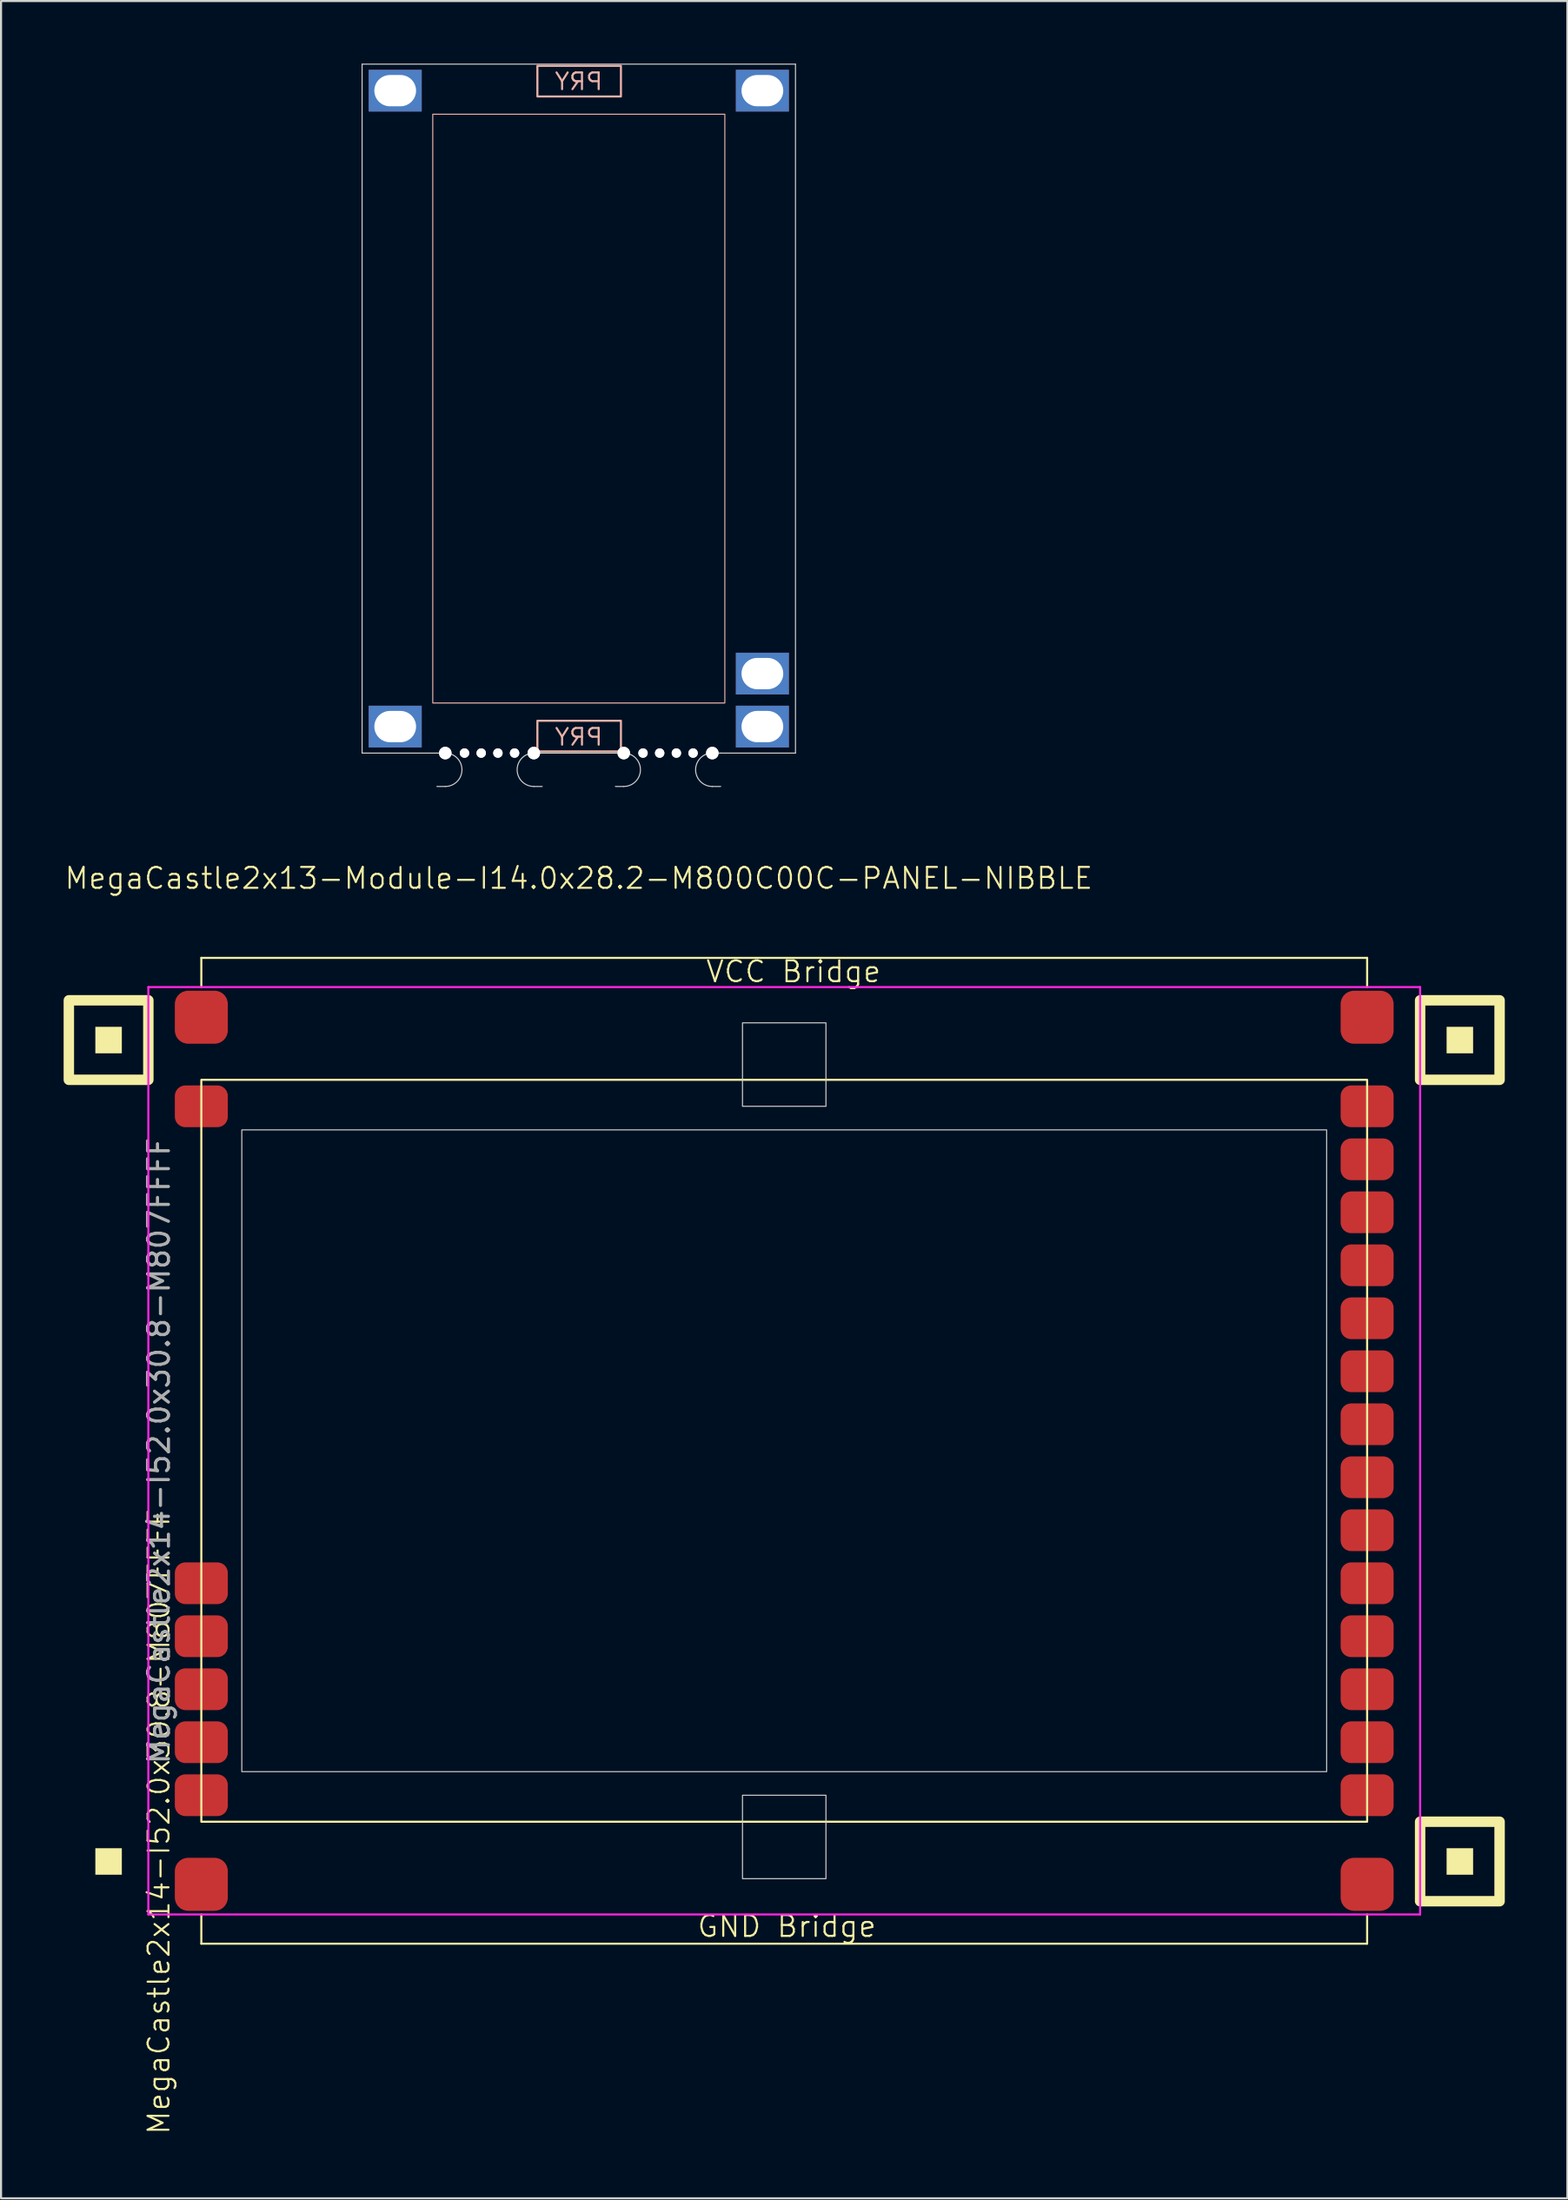
<source format=kicad_pcb>
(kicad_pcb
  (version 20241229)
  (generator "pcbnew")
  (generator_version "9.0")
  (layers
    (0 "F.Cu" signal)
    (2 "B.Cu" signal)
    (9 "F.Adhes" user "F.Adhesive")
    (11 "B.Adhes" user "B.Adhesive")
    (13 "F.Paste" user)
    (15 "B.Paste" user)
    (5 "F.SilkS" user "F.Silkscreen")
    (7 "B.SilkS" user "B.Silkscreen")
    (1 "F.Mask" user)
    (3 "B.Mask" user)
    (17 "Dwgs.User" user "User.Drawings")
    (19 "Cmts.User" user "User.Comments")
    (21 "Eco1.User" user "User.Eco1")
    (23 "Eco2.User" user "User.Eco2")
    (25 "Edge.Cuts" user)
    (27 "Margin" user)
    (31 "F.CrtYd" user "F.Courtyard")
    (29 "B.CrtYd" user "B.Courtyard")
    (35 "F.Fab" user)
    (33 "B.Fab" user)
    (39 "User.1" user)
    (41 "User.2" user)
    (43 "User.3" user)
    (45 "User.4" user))
  (footprint "MegaCastle2x13-Module-I14.0x28.2-M800C00C-PANEL-NIBBLE"
    (layer "F.Cu")
    (at 24.693 16.535)
    (property "Reference" "MegaCastle2x13-Module-I14.0x28.2-M800C00C-PANEL-NIBBLE" (at 0 22.51 0) (unlocked yes) (layer "F.SilkS") (effects (font (size 1 1) (thickness 0.1))))
    (attr smd)
    (fp_rect (start -7 14.11) (end 7 -14.11) (stroke (width 0.05) (type default)) (fill no) (layer "B.SilkS"))
    (fp_rect (start -1.984 -14.961) (end 2.02 -16.43) (stroke (width 0.1) (type default)) (fill no) (layer "B.SilkS"))
    (fp_rect (start -1.984 14.961) (end 2.02 16.43) (stroke (width 0.1) (type default)) (fill no) (layer "B.SilkS"))
    (fp_line (start -10.387 -16.51) (end -10.387 16.51) (stroke (width 0.05) (type default)) (layer "Edge.Cuts"))
    (fp_line (start -10.387 -16.51) (end 10.387 -16.51) (stroke (width 0.05) (type default)) (layer "Edge.Cuts"))
    (fp_line (start -10.387 16.51) (end -6.8 16.51) (stroke (width 0.05) (type default)) (layer "Edge.Cuts"))
    (fp_line (start -6.8 16.51) (end -6.4 16.51) (stroke (width 0.05) (type default)) (layer "Edge.Cuts"))
    (fp_line (start -6.8 18.11) (end -6.4 18.11) (stroke (width 0.05) (type default)) (layer "Edge.Cuts"))
    (fp_line (start -1.755 16.51) (end -2.155 16.51) (stroke (width 0.05) (type default)) (layer "Edge.Cuts"))
    (fp_line (start -1.755 16.51) (end 1.755 16.51) (stroke (width 0.05) (type default)) (layer "Edge.Cuts"))
    (fp_line (start -1.755 18.11) (end -2.155 18.11) (stroke (width 0.05) (type default)) (layer "Edge.Cuts"))
    (fp_line (start 1.755 16.51) (end 2.155 16.51) (stroke (width 0.05) (type default)) (layer "Edge.Cuts"))
    (fp_line (start 1.755 18.11) (end 2.155 18.11) (stroke (width 0.05) (type default)) (layer "Edge.Cuts"))
    (fp_line (start 6.8 16.51) (end 6.4 16.51) (stroke (width 0.05) (type default)) (layer "Edge.Cuts"))
    (fp_line (start 6.8 16.51) (end 10.387 16.51) (stroke (width 0.05) (type default)) (layer "Edge.Cuts"))
    (fp_line (start 6.8 18.11) (end 6.4 18.11) (stroke (width 0.05) (type default)) (layer "Edge.Cuts"))
    (fp_line (start 10.387 -16.51) (end 10.387 16.51) (stroke (width 0.05) (type default)) (layer "Edge.Cuts"))
    (fp_arc (start -6.4 16.51) (mid -5.6 17.309999) (end -6.4 18.110001) (stroke (width 0.05) (type default)) (layer "Edge.Cuts"))
    (fp_arc (start -2.155 18.110001) (mid -2.955 17.310001) (end -2.155 16.51) (stroke (width 0.05) (type default)) (layer "Edge.Cuts"))
    (fp_arc (start 2.155 16.51) (mid 2.955 17.309999) (end 2.155 18.110001) (stroke (width 0.05) (type default)) (layer "Edge.Cuts"))
    (fp_arc (start 6.400001 18.110001) (mid 5.599999 17.31) (end 6.400001 16.51) (stroke (width 0.05) (type default)) (layer "Edge.Cuts"))
    (fp_text user "PRY" (at 0 16.21 0) (unlocked yes) (layer "B.SilkS") (effects (font (size 0.8 0.8) (thickness 0.1)) (justify bottom mirror)))
    (fp_text user "PRY" (at 0 -15.21 0) (unlocked yes) (layer "B.SilkS") (effects (font (size 0.8 0.8) (thickness 0.1)) (justify bottom mirror)))
    (pad "" np_thru_hole circle (at -6.4 16.51) (size 0.6 0.6) (drill 0.6) (layers "*.Cu" "Edge.Cuts"))
    (pad "" np_thru_hole circle (at -5.478 16.51) (size 0.45 0.45) (drill 0.45) (layers "*.Cu" "Edge.Cuts"))
    (pad "" np_thru_hole circle (at -4.678 16.51) (size 0.45 0.45) (drill 0.45) (layers "*.Cu" "Edge.Cuts"))
    (pad "" np_thru_hole circle (at -3.877 16.51) (size 0.45 0.45) (drill 0.45) (layers "*.Cu" "Edge.Cuts"))
    (pad "" np_thru_hole circle (at -3.078 16.51) (size 0.45 0.45) (drill 0.45) (layers "*.Cu" "Edge.Cuts"))
    (pad "" np_thru_hole circle (at -2.155 16.51) (size 0.6 0.6) (drill 0.6) (layers "*.Cu" "Edge.Cuts"))
    (pad "" np_thru_hole circle (at 2.155 16.51) (size 0.6 0.6) (drill 0.6) (layers "*.Cu" "Edge.Cuts"))
    (pad "" np_thru_hole circle (at 3.078 16.51) (size 0.45 0.45) (drill 0.45) (layers "*.Cu" "Edge.Cuts"))
    (pad "" np_thru_hole circle (at 3.877 16.51) (size 0.45 0.45) (drill 0.45) (layers "*.Cu" "Edge.Cuts"))
    (pad "" np_thru_hole circle (at 4.678 16.51) (size 0.45 0.45) (drill 0.45) (layers "*.Cu" "Edge.Cuts"))
    (pad "" np_thru_hole circle (at 5.478 16.51) (size 0.45 0.45) (drill 0.45) (layers "*.Cu" "Edge.Cuts"))
    (pad "" np_thru_hole circle (at 6.4 16.51) (size 0.6 0.6) (drill 0.6) (layers "*.Cu" "Edge.Cuts"))
    (pad "1" thru_hole rect (at -8.8 -15.24) (size 2.54 2) (drill oval 2 1.5) (property pad_prop_castellated) (layers "*.Cu" "*.Mask"))
    (pad "13" thru_hole rect (at -8.8 15.24) (size 2.54 2) (drill oval 2 1.5) (property pad_prop_castellated) (layers "*.Cu" "*.Mask"))
    (pad "14" thru_hole rect (at 8.8 -15.24) (size 2.54 2) (drill oval 2 1.5) (property pad_prop_castellated) (layers "*.Cu" "*.Mask"))
    (pad "25" thru_hole rect (at 8.8 12.7) (size 2.54 2) (drill oval 2 1.5) (property pad_prop_castellated) (layers "*.Cu" "*.Mask"))
    (pad "26" thru_hole rect (at 8.8 15.24) (size 2.54 2) (drill oval 2 1.5) (property pad_prop_castellated) (layers "*.Cu" "*.Mask"))
    (zone (net_name "") (layer "B.Cu") (hatch edge 0.5) (connect_pads) (min_thickness 0.25) (filled_areas_thickness no) (keepout (tracks allowed) (vias allowed) (pads allowed) (copperpour allowed) (footprints not_allowed)) (placement (enabled no)) (fill) (polygon (pts (xy 15.893 33.045) (xy 15.893 0.025) (xy 17.693 0.025) (xy 17.693 33.045))))
    (zone (net_name "") (layer "B.Cu") (hatch edge 0.5) (connect_pads) (min_thickness 0.25) (filled_areas_thickness no) (keepout (tracks allowed) (vias allowed) (pads allowed) (copperpour allowed) (footprints not_allowed)) (placement (enabled no)) (fill) (polygon (pts (xy 17.693 0.025) (xy 17.693 2.425) (xy 31.693 2.425) (xy 31.693 0.025))))
    (zone (net_name "") (layer "B.Cu") (hatch edge 0.5) (connect_pads) (min_thickness 0.25) (filled_areas_thickness no) (keepout (tracks allowed) (vias allowed) (pads allowed) (copperpour allowed) (footprints not_allowed)) (placement (enabled no)) (fill) (polygon (pts (xy 17.693 33.045) (xy 17.693 30.645) (xy 31.693 30.645) (xy 31.693 33.045))))
    (zone (net_name "") (layer "B.Cu") (name "Upper Pry Zone") (hatch edge 0.5) (connect_pads) (min_thickness 0.25) (filled_areas_thickness no) (keepout (tracks not_allowed) (vias not_allowed) (pads not_allowed) (copperpour allowed) (footprints not_allowed)) (placement (enabled no)) (fill) (polygon (pts (xy 22.709 1.574) (xy 22.709 0.105) (xy 26.712 0.105) (xy 26.712 1.574))))
    (zone (net_name "") (layer "B.Cu") (name "Upper Pry Zone") (hatch edge 0.5) (connect_pads) (min_thickness 0.25) (filled_areas_thickness no) (keepout (tracks not_allowed) (vias not_allowed) (pads not_allowed) (copperpour allowed) (footprints not_allowed)) (placement (enabled no)) (fill) (polygon (pts (xy 22.709 31.496) (xy 22.709 32.965) (xy 26.712 32.965) (xy 26.712 31.496))))
    (zone (net_name "") (layer "B.Cu") (hatch edge 0.5) (connect_pads) (min_thickness 0.25) (filled_areas_thickness no) (keepout (tracks allowed) (vias allowed) (pads allowed) (copperpour allowed) (footprints not_allowed)) (placement (enabled no)) (fill) (polygon (pts (xy 33.493 33.045) (xy 33.493 0.025) (xy 31.693 0.025) (xy 31.693 33.045)))))
  (footprint "MegaCastle2x14-I52.0x30.8-M807FFFF"
    (layer "F.Cu")
    (at 34.54 66.486)
    (property "Reference" "MegaCastle2x14-I52.0x30.8-M807FFFF" (at -29.972 17.78 90) (unlocked yes) (layer "F.SilkS") (effects (font (size 1 1) (thickness 0.1))))
    (attr smd)
    (fp_line (start -27.94 -23.625) (end 27.94 -23.625) (stroke (width 0.1) (type default)) (layer "F.SilkS"))
    (fp_line (start -27.94 -22.225) (end -27.94 -23.625) (stroke (width 0.1) (type default)) (layer "F.SilkS"))
    (fp_line (start -27.94 22.225) (end -27.94 23.625) (stroke (width 0.1) (type default)) (layer "F.SilkS"))
    (fp_line (start -27.94 23.625) (end 27.94 23.625) (stroke (width 0.1) (type default)) (layer "F.SilkS"))
    (fp_line (start 27.94 -22.225) (end 27.94 -23.625) (stroke (width 0.1) (type default)) (layer "F.SilkS"))
    (fp_line (start 27.94 22.225) (end 27.94 23.625) (stroke (width 0.1) (type default)) (layer "F.SilkS"))
    (fp_rect (start -31.75 -19.05) (end -33.02 -20.32) (stroke (width 0) (type solid)) (fill yes) (layer "F.SilkS"))
    (fp_rect (start -31.75 20.32) (end -33.02 19.05) (stroke (width 0) (type solid)) (fill yes) (layer "F.SilkS"))
    (fp_rect (start -30.48 -17.78) (end -34.29 -21.59) (stroke (width 0.5) (type default)) (fill no) (layer "F.SilkS"))
    (fp_rect (start -27.94 -17.78) (end 27.94 17.78) (stroke (width 0.1) (type default)) (fill no) (layer "F.SilkS"))
    (fp_rect (start 33.02 -19.05) (end 31.75 -20.32) (stroke (width 0) (type solid)) (fill yes) (layer "F.SilkS"))
    (fp_rect (start 33.02 20.32) (end 31.75 19.05) (stroke (width 0) (type solid)) (fill yes) (layer "F.SilkS"))
    (fp_rect (start 34.29 -17.78) (end 30.48 -21.59) (stroke (width 0.5) (type default)) (fill no) (layer "F.SilkS"))
    (fp_rect (start 34.29 21.59) (end 30.48 17.78) (stroke (width 0.5) (type default)) (fill no) (layer "F.SilkS"))
    (fp_rect (start -26 -15.38) (end 26 15.38) (stroke (width 0.05) (type default)) (fill no) (layer "Edge.Cuts"))
    (fp_rect (start -2 -16.51) (end 2 -20.51) (stroke (width 0.05) (type default)) (fill no) (layer "Edge.Cuts"))
    (fp_rect (start -2 16.51) (end 2 20.51) (stroke (width 0.05) (type default)) (fill no) (layer "Edge.Cuts"))
    (fp_line (start -30.48 -22.225) (end -30.48 22.225) (stroke (width 0.1) (type default)) (layer "F.CrtYd"))
    (fp_line (start -30.48 22.225) (end 30.48 22.225) (stroke (width 0.1) (type default)) (layer "F.CrtYd"))
    (fp_line (start 30.48 -22.225) (end -30.48 -22.225) (stroke (width 0.1) (type default)) (layer "F.CrtYd"))
    (fp_line (start 30.48 -22.225) (end 30.48 22.225) (stroke (width 0.1) (type default)) (layer "F.CrtYd"))
    (fp_text user "VCC Bridge" (at -3.81 -22.38 0) (unlocked yes) (layer "F.SilkS") (effects (font (size 1 1) (thickness 0.1)) (justify left bottom)))
    (fp_text user "GND Bridge" (at -4.226 23.38 0) (unlocked yes) (layer "F.SilkS") (effects (font (size 1 1) (thickness 0.1)) (justify left bottom)))
    (fp_text user "${REFERENCE}" (at -29.972 0 90) (unlocked yes) (layer "F.Fab") (effects (font (size 1 1) (thickness 0.15))))
    (pad "1" smd roundrect (at -27.94 -16.51) (size 2.54 2) (layers "F.Cu" "F.Mask" "F.Paste") (roundrect_rratio 0.25))
    (pad "10" smd roundrect (at -27.94 6.35) (size 2.54 2) (layers "F.Cu" "F.Mask" "F.Paste") (roundrect_rratio 0.25))
    (pad "11" smd roundrect (at -27.94 8.89) (size 2.54 2) (layers "F.Cu" "F.Mask" "F.Paste") (roundrect_rratio 0.25))
    (pad "12" smd roundrect (at -27.94 11.43) (size 2.54 2) (layers "F.Cu" "F.Mask" "F.Paste") (roundrect_rratio 0.25))
    (pad "13" smd roundrect (at -27.94 13.97) (size 2.54 2) (layers "F.Cu" "F.Mask" "F.Paste") (roundrect_rratio 0.25))
    (pad "14" smd roundrect (at -27.94 16.51) (size 2.54 2) (layers "F.Cu" "F.Mask" "F.Paste") (roundrect_rratio 0.25))
    (pad "15" smd roundrect (at 27.94 -16.51) (size 2.54 2) (layers "F.Cu" "F.Mask" "F.Paste") (roundrect_rratio 0.25))
    (pad "16" smd roundrect (at 27.94 -13.97) (size 2.54 2) (layers "F.Cu" "F.Mask" "F.Paste") (roundrect_rratio 0.25))
    (pad "17" smd roundrect (at 27.94 -11.43) (size 2.54 2) (layers "F.Cu" "F.Mask" "F.Paste") (roundrect_rratio 0.25))
    (pad "18" smd roundrect (at 27.94 -8.89) (size 2.54 2) (layers "F.Cu" "F.Mask" "F.Paste") (roundrect_rratio 0.25))
    (pad "19" smd roundrect (at 27.94 -6.35) (size 2.54 2) (layers "F.Cu" "F.Mask" "F.Paste") (roundrect_rratio 0.25))
    (pad "20" smd roundrect (at 27.94 -3.81) (size 2.54 2) (layers "F.Cu" "F.Mask" "F.Paste") (roundrect_rratio 0.25))
    (pad "21" smd roundrect (at 27.94 -1.27) (size 2.54 2) (layers "F.Cu" "F.Mask" "F.Paste") (roundrect_rratio 0.25))
    (pad "22" smd roundrect (at 27.94 1.27) (size 2.54 2) (layers "F.Cu" "F.Mask" "F.Paste") (roundrect_rratio 0.25))
    (pad "23" smd roundrect (at 27.94 3.81) (size 2.54 2) (layers "F.Cu" "F.Mask" "F.Paste") (roundrect_rratio 0.25))
    (pad "24" smd roundrect (at 27.94 6.35) (size 2.54 2) (layers "F.Cu" "F.Mask" "F.Paste") (roundrect_rratio 0.25))
    (pad "25" smd roundrect (at 27.94 8.89) (size 2.54 2) (layers "F.Cu" "F.Mask" "F.Paste") (roundrect_rratio 0.25))
    (pad "26" smd roundrect (at 27.94 11.43) (size 2.54 2) (layers "F.Cu" "F.Mask" "F.Paste") (roundrect_rratio 0.25))
    (pad "27" smd roundrect (at 27.94 13.97) (size 2.54 2) (layers "F.Cu" "F.Mask" "F.Paste") (roundrect_rratio 0.25))
    (pad "28" smd roundrect (at 27.94 16.51) (size 2.54 2) (layers "F.Cu" "F.Mask" "F.Paste") (roundrect_rratio 0.25))
    (pad "A1" smd roundrect (at -27.94 -20.78) (size 2.54 2.54) (layers "F.Cu" "F.Mask" "F.Paste") (roundrect_rratio 0.25))
    (pad "A2" smd roundrect (at 27.94 -20.78) (size 2.54 2.54) (layers "F.Cu" "F.Mask" "F.Paste") (roundrect_rratio 0.25))
    (pad "B1" smd roundrect (at -27.94 20.78) (size 2.54 2.54) (layers "F.Cu" "F.Mask" "F.Paste") (roundrect_rratio 0.25))
    (pad "B2" smd roundrect (at 27.94 20.78) (size 2.54 2.54) (layers "F.Cu" "F.Mask" "F.Paste") (roundrect_rratio 0.25)))
  (gr_rect
    (start -3 -3)
    (end 72.08 102.316)
    (stroke (width 0.1) (type default))
    (fill no)
    (layer "Edge.Cuts")))
</source>
